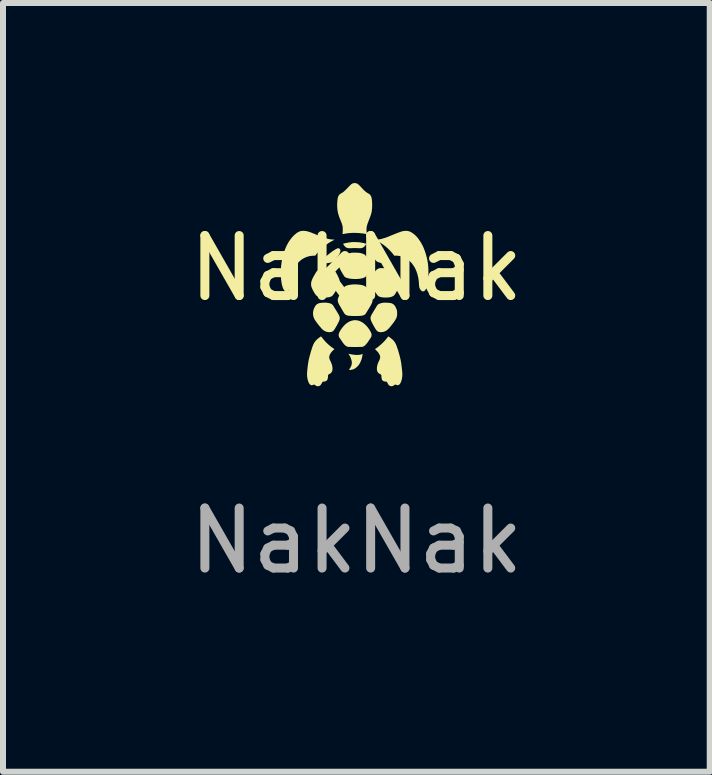
<source format=kicad_pcb>
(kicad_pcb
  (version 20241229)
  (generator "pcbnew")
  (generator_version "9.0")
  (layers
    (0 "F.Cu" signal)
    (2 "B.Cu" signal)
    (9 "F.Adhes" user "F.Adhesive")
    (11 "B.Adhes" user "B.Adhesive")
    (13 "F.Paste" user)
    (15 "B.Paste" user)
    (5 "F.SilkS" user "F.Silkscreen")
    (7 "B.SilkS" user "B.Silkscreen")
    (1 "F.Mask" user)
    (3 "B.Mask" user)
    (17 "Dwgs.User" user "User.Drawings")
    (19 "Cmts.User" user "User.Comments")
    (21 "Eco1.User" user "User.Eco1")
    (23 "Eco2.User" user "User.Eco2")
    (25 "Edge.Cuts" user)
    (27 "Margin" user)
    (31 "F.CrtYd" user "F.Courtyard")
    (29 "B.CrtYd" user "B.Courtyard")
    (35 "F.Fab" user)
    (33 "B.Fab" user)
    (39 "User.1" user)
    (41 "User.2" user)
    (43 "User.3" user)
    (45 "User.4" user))
  (footprint "NakNak"
    (layer "F.Cu")
    (at 2.887 1.919)
    (property "Reference" "NakNak" (at 0 -0.5 0) (unlocked yes) (layer "F.SilkS") (effects (font (size 1 1) (thickness 0.15))))
    (attr smd)
    (fp_poly (pts (xy -0.025 -0.936) (xy -0.008 -0.935) (xy 0.009 -0.935) (xy 0.025 -0.934) (xy 0.04 -0.933) (xy 0.052 -0.932) (xy 0.06 -0.931) (xy 0.07 -0.929) (xy 0.089 -0.926) (xy 0.107 -0.922) (xy 0.125 -0.919) (xy 0.14 -0.915) (xy 0.147 -0.913) (xy 0.153 -0.912) (xy 0.157 -0.91) (xy 0.161 -0.909) (xy 0.163 -0.907) (xy 0.164 -0.907) (xy 0.164 -0.906) (xy 0.164 -0.906) (xy 0.164 -0.905) (xy 0.163 -0.904) (xy 0.162 -0.901) (xy 0.161 -0.899) (xy 0.159 -0.896) (xy 0.157 -0.893) (xy 0.153 -0.887) (xy 0.148 -0.88) (xy 0.143 -0.873) (xy 0.141 -0.87) (xy 0.139 -0.867) (xy 0.136 -0.865) (xy 0.134 -0.863) (xy 0.132 -0.86) (xy 0.129 -0.858) (xy 0.127 -0.856) (xy 0.124 -0.853) (xy 0.121 -0.851) (xy 0.119 -0.85) (xy 0.116 -0.848) (xy 0.113 -0.846) (xy 0.11 -0.845) (xy 0.107 -0.843) (xy 0.104 -0.842) (xy 0.101 -0.84) (xy 0.097 -0.839) (xy 0.094 -0.838) (xy 0.091 -0.837) (xy 0.087 -0.836) (xy 0.083 -0.835) (xy 0.079 -0.834) (xy 0.074 -0.834) (xy 0.069 -0.834) (xy 0.062 -0.834) (xy 0.054 -0.834) (xy 0.044 -0.834) (xy 0.032 -0.834) (xy -0.002 -0.836) (xy -0.016 -0.836) (xy -0.028 -0.836) (xy -0.041 -0.836) (xy -0.054 -0.836) (xy -0.086 -0.834) (xy -0.102 -0.834) (xy -0.109 -0.834) (xy -0.115 -0.834) (xy -0.121 -0.834) (xy -0.126 -0.834) (xy -0.131 -0.834) (xy -0.135 -0.835) (xy -0.14 -0.835) (xy -0.143 -0.836) (xy -0.147 -0.837) (xy -0.151 -0.838) (xy -0.155 -0.839) (xy -0.158 -0.841) (xy -0.162 -0.843) (xy -0.166 -0.844) (xy -0.168 -0.845) (xy -0.169 -0.846) (xy -0.171 -0.847) (xy -0.173 -0.848) (xy -0.174 -0.849) (xy -0.176 -0.85) (xy -0.178 -0.851) (xy -0.179 -0.853) (xy -0.181 -0.854) (xy -0.182 -0.855) (xy -0.184 -0.857) (xy -0.186 -0.858) (xy -0.187 -0.86) (xy -0.189 -0.861) (xy -0.191 -0.863) (xy -0.192 -0.865) (xy -0.195 -0.868) (xy -0.197 -0.871) (xy -0.2 -0.874) (xy -0.202 -0.877) (xy -0.205 -0.881) (xy -0.207 -0.884) (xy -0.21 -0.888) (xy -0.212 -0.891) (xy -0.214 -0.894) (xy -0.216 -0.897) (xy -0.217 -0.9) (xy -0.218 -0.903) (xy -0.219 -0.905) (xy -0.22 -0.906) (xy -0.22 -0.907) (xy -0.22 -0.908) (xy -0.22 -0.908) (xy -0.219 -0.908) (xy -0.219 -0.909) (xy -0.217 -0.909) (xy -0.211 -0.911) (xy -0.203 -0.913) (xy -0.194 -0.916) (xy -0.179 -0.919) (xy -0.165 -0.922) (xy -0.15 -0.925) (xy -0.135 -0.928) (xy -0.119 -0.93) (xy -0.102 -0.932) (xy -0.083 -0.934) (xy -0.064 -0.936) (xy -0.054 -0.936) (xy -0.041 -0.936)) (stroke (width 0) (type solid)) (fill yes) (layer "F.SilkS"))
    (fp_poly (pts (xy 0.264 -0.833) (xy 0.266 -0.833) (xy 0.269 -0.832) (xy 0.272 -0.832) (xy 0.275 -0.831) (xy 0.278 -0.829) (xy 0.281 -0.828) (xy 0.284 -0.826) (xy 0.288 -0.825) (xy 0.292 -0.823) (xy 0.306 -0.815) (xy 0.322 -0.805) (xy 0.339 -0.794) (xy 0.356 -0.782) (xy 0.375 -0.769) (xy 0.393 -0.755) (xy 0.411 -0.741) (xy 0.429 -0.727) (xy 0.447 -0.713) (xy 0.463 -0.699) (xy 0.477 -0.686) (xy 0.49 -0.674) (xy 0.501 -0.663) (xy 0.51 -0.653) (xy 0.516 -0.645) (xy 0.518 -0.642) (xy 0.519 -0.639) (xy 0.52 -0.636) (xy 0.521 -0.632) (xy 0.521 -0.629) (xy 0.521 -0.625) (xy 0.521 -0.622) (xy 0.521 -0.619) (xy 0.521 -0.615) (xy 0.52 -0.612) (xy 0.52 -0.611) (xy 0.519 -0.609) (xy 0.519 -0.608) (xy 0.518 -0.606) (xy 0.517 -0.605) (xy 0.517 -0.603) (xy 0.516 -0.602) (xy 0.515 -0.601) (xy 0.514 -0.599) (xy 0.513 -0.598) (xy 0.512 -0.597) (xy 0.511 -0.596) (xy 0.51 -0.595) (xy 0.509 -0.593) (xy 0.508 -0.592) (xy 0.507 -0.591) (xy 0.505 -0.59) (xy 0.503 -0.588) (xy 0.501 -0.587) (xy 0.499 -0.586) (xy 0.497 -0.585) (xy 0.495 -0.584) (xy 0.492 -0.584) (xy 0.49 -0.583) (xy 0.487 -0.583) (xy 0.484 -0.582) (xy 0.48 -0.582) (xy 0.477 -0.582) (xy 0.473 -0.582) (xy 0.469 -0.583) (xy 0.459 -0.583) (xy 0.447 -0.585) (xy 0.436 -0.586) (xy 0.426 -0.587) (xy 0.416 -0.589) (xy 0.407 -0.59) (xy 0.398 -0.592) (xy 0.39 -0.594) (xy 0.382 -0.596) (xy 0.375 -0.598) (xy 0.368 -0.601) (xy 0.361 -0.603) (xy 0.355 -0.606) (xy 0.349 -0.609) (xy 0.344 -0.612) (xy 0.339 -0.615) (xy 0.335 -0.618) (xy 0.331 -0.622) (xy 0.324 -0.63) (xy 0.315 -0.64) (xy 0.306 -0.651) (xy 0.295 -0.663) (xy 0.285 -0.675) (xy 0.276 -0.686) (xy 0.269 -0.695) (xy 0.263 -0.704) (xy 0.257 -0.712) (xy 0.252 -0.721) (xy 0.247 -0.729) (xy 0.242 -0.737) (xy 0.238 -0.745) (xy 0.235 -0.753) (xy 0.232 -0.76) (xy 0.23 -0.768) (xy 0.228 -0.775) (xy 0.226 -0.781) (xy 0.225 -0.788) (xy 0.225 -0.794) (xy 0.225 -0.797) (xy 0.225 -0.799) (xy 0.226 -0.802) (xy 0.226 -0.805) (xy 0.227 -0.807) (xy 0.228 -0.809) (xy 0.228 -0.811) (xy 0.229 -0.812) (xy 0.23 -0.814) (xy 0.231 -0.815) (xy 0.232 -0.817) (xy 0.233 -0.818) (xy 0.234 -0.82) (xy 0.236 -0.821) (xy 0.237 -0.823) (xy 0.239 -0.824) (xy 0.24 -0.825) (xy 0.241 -0.827) (xy 0.243 -0.828) (xy 0.244 -0.829) (xy 0.246 -0.83) (xy 0.247 -0.83) (xy 0.25 -0.831) (xy 0.252 -0.832) (xy 0.254 -0.833) (xy 0.257 -0.833) (xy 0.259 -0.833) (xy 0.261 -0.833)) (stroke (width 0) (type solid)) (fill yes) (layer "F.SilkS"))
    (fp_poly (pts (xy -0.299 -0.833) (xy -0.297 -0.833) (xy -0.295 -0.833) (xy -0.293 -0.832) (xy -0.292 -0.832) (xy -0.29 -0.831) (xy -0.288 -0.83) (xy -0.286 -0.83) (xy -0.285 -0.829) (xy -0.283 -0.828) (xy -0.282 -0.827) (xy -0.28 -0.825) (xy -0.279 -0.824) (xy -0.277 -0.822) (xy -0.276 -0.821) (xy -0.275 -0.819) (xy -0.273 -0.818) (xy -0.272 -0.816) (xy -0.271 -0.814) (xy -0.27 -0.812) (xy -0.269 -0.81) (xy -0.268 -0.808) (xy -0.267 -0.803) (xy -0.266 -0.799) (xy -0.266 -0.794) (xy -0.266 -0.788) (xy -0.267 -0.782) (xy -0.268 -0.776) (xy -0.27 -0.77) (xy -0.272 -0.763) (xy -0.274 -0.757) (xy -0.277 -0.75) (xy -0.28 -0.743) (xy -0.283 -0.736) (xy -0.287 -0.729) (xy -0.291 -0.722) (xy -0.296 -0.715) (xy -0.299 -0.71) (xy -0.304 -0.704) (xy -0.314 -0.69) (xy -0.327 -0.675) (xy -0.339 -0.66) (xy -0.352 -0.645) (xy -0.363 -0.632) (xy -0.372 -0.622) (xy -0.376 -0.619) (xy -0.379 -0.616) (xy -0.383 -0.613) (xy -0.388 -0.61) (xy -0.393 -0.607) (xy -0.399 -0.605) (xy -0.405 -0.602) (xy -0.411 -0.6) (xy -0.418 -0.598) (xy -0.425 -0.596) (xy -0.433 -0.594) (xy -0.441 -0.592) (xy -0.449 -0.59) (xy -0.458 -0.589) (xy -0.478 -0.586) (xy -0.499 -0.583) (xy -0.505 -0.583) (xy -0.509 -0.583) (xy -0.514 -0.582) (xy -0.518 -0.582) (xy -0.521 -0.582) (xy -0.525 -0.583) (xy -0.528 -0.583) (xy -0.529 -0.583) (xy -0.531 -0.583) (xy -0.532 -0.584) (xy -0.533 -0.584) (xy -0.535 -0.584) (xy -0.536 -0.585) (xy -0.537 -0.585) (xy -0.538 -0.585) (xy -0.539 -0.586) (xy -0.54 -0.586) (xy -0.541 -0.587) (xy -0.542 -0.588) (xy -0.543 -0.588) (xy -0.545 -0.589) (xy -0.547 -0.591) (xy -0.549 -0.593) (xy -0.551 -0.594) (xy -0.552 -0.596) (xy -0.554 -0.597) (xy -0.555 -0.599) (xy -0.556 -0.601) (xy -0.557 -0.603) (xy -0.558 -0.604) (xy -0.559 -0.606) (xy -0.56 -0.608) (xy -0.56 -0.61) (xy -0.561 -0.612) (xy -0.561 -0.614) (xy -0.562 -0.617) (xy -0.562 -0.619) (xy -0.562 -0.622) (xy -0.562 -0.624) (xy -0.562 -0.627) (xy -0.562 -0.63) (xy -0.561 -0.633) (xy -0.561 -0.636) (xy -0.56 -0.638) (xy -0.559 -0.641) (xy -0.558 -0.643) (xy -0.557 -0.646) (xy -0.555 -0.649) (xy -0.553 -0.651) (xy -0.551 -0.654) (xy -0.548 -0.657) (xy -0.545 -0.661) (xy -0.542 -0.664) (xy -0.538 -0.667) (xy -0.534 -0.671) (xy -0.523 -0.682) (xy -0.511 -0.693) (xy -0.485 -0.715) (xy -0.458 -0.737) (xy -0.43 -0.759) (xy -0.402 -0.779) (xy -0.375 -0.798) (xy -0.362 -0.806) (xy -0.35 -0.813) (xy -0.339 -0.82) (xy -0.328 -0.826) (xy -0.326 -0.827) (xy -0.323 -0.828) (xy -0.321 -0.829) (xy -0.318 -0.83) (xy -0.316 -0.831) (xy -0.314 -0.831) (xy -0.312 -0.832) (xy -0.31 -0.832) (xy -0.307 -0.833) (xy -0.305 -0.833) (xy -0.303 -0.833) (xy -0.301 -0.833)) (stroke (width 0) (type solid)) (fill yes) (layer "F.SilkS"))
    (fp_poly (pts (xy -0.515 0.073) (xy -0.502 0.074) (xy -0.489 0.075) (xy -0.476 0.077) (xy -0.465 0.079) (xy -0.454 0.081) (xy -0.443 0.084) (xy -0.433 0.087) (xy -0.424 0.091) (xy -0.416 0.095) (xy -0.409 0.1) (xy -0.405 0.102) (xy -0.402 0.104) (xy -0.399 0.107) (xy -0.396 0.11) (xy -0.395 0.111) (xy -0.394 0.112) (xy -0.392 0.115) (xy -0.389 0.118) (xy -0.387 0.122) (xy -0.384 0.126) (xy -0.381 0.13) (xy -0.378 0.134) (xy -0.376 0.138) (xy -0.37 0.149) (xy -0.362 0.162) (xy -0.343 0.192) (xy -0.326 0.22) (xy -0.313 0.242) (xy -0.307 0.251) (xy -0.302 0.26) (xy -0.298 0.267) (xy -0.294 0.274) (xy -0.291 0.28) (xy -0.289 0.285) (xy -0.286 0.29) (xy -0.284 0.295) (xy -0.283 0.299) (xy -0.282 0.303) (xy -0.28 0.307) (xy -0.279 0.311) (xy -0.278 0.318) (xy -0.277 0.324) (xy -0.277 0.331) (xy -0.277 0.338) (xy -0.278 0.346) (xy -0.28 0.354) (xy -0.282 0.362) (xy -0.285 0.371) (xy -0.289 0.381) (xy -0.294 0.392) (xy -0.3 0.404) (xy -0.306 0.417) (xy -0.322 0.446) (xy -0.342 0.481) (xy -0.349 0.493) (xy -0.355 0.504) (xy -0.361 0.513) (xy -0.367 0.521) (xy -0.372 0.529) (xy -0.377 0.535) (xy -0.38 0.538) (xy -0.382 0.541) (xy -0.385 0.543) (xy -0.387 0.545) (xy -0.39 0.548) (xy -0.392 0.55) (xy -0.395 0.551) (xy -0.398 0.553) (xy -0.4 0.554) (xy -0.403 0.556) (xy -0.406 0.557) (xy -0.409 0.558) (xy -0.412 0.559) (xy -0.415 0.56) (xy -0.421 0.562) (xy -0.428 0.563) (xy -0.436 0.564) (xy -0.443 0.564) (xy -0.451 0.565) (xy -0.459 0.565) (xy -0.467 0.564) (xy -0.474 0.563) (xy -0.482 0.562) (xy -0.49 0.56) (xy -0.497 0.558) (xy -0.505 0.555) (xy -0.512 0.553) (xy -0.52 0.549) (xy -0.527 0.546) (xy -0.534 0.542) (xy -0.541 0.537) (xy -0.549 0.532) (xy -0.556 0.527) (xy -0.561 0.522) (xy -0.568 0.516) (xy -0.576 0.508) (xy -0.584 0.499) (xy -0.602 0.478) (xy -0.622 0.454) (xy -0.642 0.429) (xy -0.661 0.404) (xy -0.678 0.38) (xy -0.685 0.369) (xy -0.692 0.359) (xy -0.698 0.348) (xy -0.704 0.337) (xy -0.708 0.325) (xy -0.713 0.313) (xy -0.716 0.302) (xy -0.719 0.29) (xy -0.72 0.277) (xy -0.722 0.265) (xy -0.722 0.253) (xy -0.722 0.241) (xy -0.721 0.228) (xy -0.719 0.216) (xy -0.716 0.204) (xy -0.713 0.191) (xy -0.709 0.179) (xy -0.704 0.167) (xy -0.699 0.155) (xy -0.693 0.144) (xy -0.688 0.135) (xy -0.682 0.126) (xy -0.676 0.118) (xy -0.67 0.111) (xy -0.667 0.107) (xy -0.663 0.104) (xy -0.66 0.102) (xy -0.656 0.099) (xy -0.652 0.096) (xy -0.648 0.094) (xy -0.644 0.092) (xy -0.64 0.09) (xy -0.631 0.086) (xy -0.621 0.083) (xy -0.611 0.08) (xy -0.599 0.078) (xy -0.587 0.076) (xy -0.574 0.075) (xy -0.558 0.074) (xy -0.544 0.073) (xy -0.529 0.073)) (stroke (width 0) (type solid)) (fill yes) (layer "F.SilkS"))
    (fp_poly (pts (xy -0.132 0.924) (xy -0.132 0.924) (xy -0.131 0.924) (xy -0.131 0.924) (xy -0.131 0.924) (xy -0.13 0.924) (xy -0.129 0.924) (xy -0.119 0.927) (xy -0.107 0.93) (xy -0.093 0.933) (xy -0.078 0.935) (xy -0.063 0.938) (xy -0.047 0.94) (xy -0.031 0.942) (xy -0.016 0.943) (xy -0.008 0.944) (xy 0.001 0.944) (xy 0.009 0.944) (xy 0.017 0.944) (xy 0.025 0.944) (xy 0.033 0.944) (xy 0.041 0.943) (xy 0.048 0.942) (xy 0.055 0.941) (xy 0.062 0.94) (xy 0.069 0.939) (xy 0.076 0.937) (xy 0.083 0.935) (xy 0.089 0.933) (xy 0.095 0.931) (xy 0.101 0.929) (xy 0.102 0.929) (xy 0.102 0.928) (xy 0.103 0.928) (xy 0.103 0.928) (xy 0.103 0.928) (xy 0.104 0.928) (xy 0.104 0.928) (xy 0.104 0.928) (xy 0.104 0.928) (xy 0.104 0.929) (xy 0.104 0.929) (xy 0.104 0.929) (xy 0.104 0.929) (xy 0.104 0.93) (xy 0.104 0.931) (xy 0.104 0.932) (xy 0.104 0.933) (xy 0.104 0.934) (xy 0.104 0.938) (xy 0.101 0.953) (xy 0.098 0.969) (xy 0.095 0.983) (xy 0.092 0.998) (xy 0.088 1.012) (xy 0.083 1.025) (xy 0.078 1.038) (xy 0.073 1.051) (xy 0.068 1.063) (xy 0.062 1.075) (xy 0.056 1.086) (xy 0.049 1.097) (xy 0.042 1.107) (xy 0.035 1.117) (xy 0.027 1.126) (xy 0.019 1.135) (xy 0.013 1.141) (xy 0.006 1.147) (xy -0.001 1.153) (xy -0.008 1.159) (xy -0.015 1.164) (xy -0.022 1.168) (xy -0.029 1.173) (xy -0.036 1.176) (xy -0.044 1.18) (xy -0.051 1.183) (xy -0.059 1.186) (xy -0.067 1.188) (xy -0.075 1.19) (xy -0.083 1.192) (xy -0.091 1.193) (xy -0.099 1.194) (xy -0.103 1.194) (xy -0.107 1.194) (xy -0.111 1.194) (xy -0.114 1.194) (xy -0.115 1.194) (xy -0.116 1.194) (xy -0.117 1.194) (xy -0.118 1.193) (xy -0.118 1.193) (xy -0.119 1.193) (xy -0.119 1.192) (xy -0.12 1.192) (xy -0.12 1.191) (xy -0.12 1.19) (xy -0.12 1.189) (xy -0.12 1.189) (xy -0.12 1.188) (xy -0.119 1.186) (xy -0.119 1.185) (xy -0.118 1.184) (xy -0.117 1.181) (xy -0.115 1.178) (xy -0.112 1.174) (xy -0.11 1.17) (xy -0.106 1.164) (xy -0.102 1.158) (xy -0.099 1.153) (xy -0.096 1.148) (xy -0.093 1.142) (xy -0.091 1.137) (xy -0.088 1.132) (xy -0.086 1.127) (xy -0.084 1.123) (xy -0.083 1.118) (xy -0.081 1.113) (xy -0.08 1.108) (xy -0.079 1.103) (xy -0.078 1.097) (xy -0.077 1.092) (xy -0.076 1.087) (xy -0.076 1.079) (xy -0.076 1.07) (xy -0.076 1.062) (xy -0.077 1.053) (xy -0.079 1.043) (xy -0.081 1.034) (xy -0.084 1.024) (xy -0.087 1.014) (xy -0.091 1.004) (xy -0.095 0.993) (xy -0.099 0.983) (xy -0.104 0.972) (xy -0.11 0.961) (xy -0.116 0.951) (xy -0.122 0.94) (xy -0.129 0.929) (xy -0.131 0.927) (xy -0.131 0.926) (xy -0.132 0.926) (xy -0.132 0.925) (xy -0.132 0.925) (xy -0.132 0.925) (xy -0.132 0.924) (xy -0.132 0.924) (xy -0.132 0.924) (xy -0.132 0.924) (xy -0.132 0.924) (xy -0.132 0.924) (xy -0.132 0.924) (xy -0.132 0.924) (xy -0.132 0.924) (xy -0.132 0.924)) (stroke (width 0) (type solid)) (fill yes) (layer "F.SilkS"))
    (fp_poly (pts (xy -0.011 -0.231) (xy 0.005 -0.23) (xy 0.022 -0.229) (xy 0.037 -0.228) (xy 0.053 -0.226) (xy 0.067 -0.224) (xy 0.082 -0.222) (xy 0.095 -0.219) (xy 0.107 -0.216) (xy 0.118 -0.212) (xy 0.129 -0.208) (xy 0.138 -0.204) (xy 0.146 -0.2) (xy 0.149 -0.198) (xy 0.152 -0.195) (xy 0.155 -0.193) (xy 0.158 -0.19) (xy 0.164 -0.182) (xy 0.175 -0.164) (xy 0.205 -0.114) (xy 0.235 -0.06) (xy 0.247 -0.039) (xy 0.254 -0.025) (xy 0.256 -0.021) (xy 0.257 -0.017) (xy 0.259 -0.013) (xy 0.26 -0.01) (xy 0.262 -0.006) (xy 0.263 -0.002) (xy 0.264 0.002) (xy 0.265 0.006) (xy 0.266 0.01) (xy 0.267 0.013) (xy 0.268 0.017) (xy 0.269 0.021) (xy 0.269 0.024) (xy 0.269 0.027) (xy 0.27 0.03) (xy 0.27 0.032) (xy 0.27 0.036) (xy 0.269 0.039) (xy 0.269 0.042) (xy 0.268 0.046) (xy 0.268 0.05) (xy 0.267 0.054) (xy 0.266 0.058) (xy 0.264 0.062) (xy 0.263 0.066) (xy 0.262 0.071) (xy 0.259 0.079) (xy 0.255 0.088) (xy 0.253 0.093) (xy 0.251 0.097) (xy 0.242 0.113) (xy 0.23 0.135) (xy 0.215 0.161) (xy 0.198 0.188) (xy 0.182 0.214) (xy 0.168 0.237) (xy 0.157 0.254) (xy 0.153 0.26) (xy 0.151 0.263) (xy 0.146 0.268) (xy 0.14 0.272) (xy 0.135 0.276) (xy 0.129 0.279) (xy 0.122 0.282) (xy 0.115 0.285) (xy 0.107 0.287) (xy 0.098 0.289) (xy 0.088 0.291) (xy 0.077 0.292) (xy 0.065 0.293) (xy 0.051 0.294) (xy 0.019 0.295) (xy -0.02 0.296) (xy -0.045 0.295) (xy -0.067 0.295) (xy -0.087 0.294) (xy -0.104 0.293) (xy -0.12 0.292) (xy -0.127 0.291) (xy -0.133 0.291) (xy -0.138 0.29) (xy -0.144 0.289) (xy -0.148 0.288) (xy -0.152 0.286) (xy -0.155 0.285) (xy -0.158 0.284) (xy -0.161 0.283) (xy -0.165 0.281) (xy -0.168 0.28) (xy -0.171 0.278) (xy -0.174 0.276) (xy -0.177 0.275) (xy -0.18 0.273) (xy -0.183 0.271) (xy -0.186 0.269) (xy -0.188 0.267) (xy -0.19 0.264) (xy -0.193 0.262) (xy -0.195 0.26) (xy -0.196 0.259) (xy -0.203 0.249) (xy -0.214 0.231) (xy -0.244 0.18) (xy -0.274 0.128) (xy -0.286 0.108) (xy -0.292 0.095) (xy -0.298 0.084) (xy -0.302 0.073) (xy -0.305 0.063) (xy -0.308 0.053) (xy -0.31 0.044) (xy -0.31 0.035) (xy -0.31 0.025) (xy -0.308 0.015) (xy -0.306 0.005) (xy -0.302 -0.006) (xy -0.298 -0.018) (xy -0.292 -0.031) (xy -0.285 -0.045) (xy -0.276 -0.061) (xy -0.267 -0.078) (xy -0.256 -0.096) (xy -0.234 -0.133) (xy -0.218 -0.161) (xy -0.215 -0.166) (xy -0.212 -0.17) (xy -0.21 -0.174) (xy -0.207 -0.178) (xy -0.205 -0.181) (xy -0.203 -0.184) (xy -0.201 -0.187) (xy -0.199 -0.189) (xy -0.197 -0.191) (xy -0.195 -0.193) (xy -0.193 -0.195) (xy -0.191 -0.197) (xy -0.189 -0.199) (xy -0.186 -0.2) (xy -0.184 -0.202) (xy -0.182 -0.203) (xy -0.176 -0.206) (xy -0.17 -0.208) (xy -0.164 -0.211) (xy -0.157 -0.213) (xy -0.149 -0.215) (xy -0.141 -0.218) (xy -0.124 -0.221) (xy -0.106 -0.225) (xy -0.086 -0.227) (xy -0.066 -0.229) (xy -0.046 -0.231) (xy -0.028 -0.231)) (stroke (width 0) (type solid)) (fill yes) (layer "F.SilkS"))
    (fp_poly (pts (xy -0.009 -0.76) (xy 0.008 -0.759) (xy 0.025 -0.759) (xy 0.04 -0.757) (xy 0.051 -0.756) (xy 0.059 -0.755) (xy 0.066 -0.753) (xy 0.073 -0.752) (xy 0.08 -0.75) (xy 0.087 -0.748) (xy 0.093 -0.746) (xy 0.1 -0.744) (xy 0.106 -0.742) (xy 0.112 -0.74) (xy 0.117 -0.738) (xy 0.123 -0.735) (xy 0.128 -0.733) (xy 0.132 -0.73) (xy 0.136 -0.728) (xy 0.14 -0.725) (xy 0.143 -0.723) (xy 0.145 -0.721) (xy 0.147 -0.719) (xy 0.153 -0.712) (xy 0.161 -0.703) (xy 0.169 -0.692) (xy 0.182 -0.676) (xy 0.194 -0.662) (xy 0.204 -0.648) (xy 0.214 -0.635) (xy 0.222 -0.623) (xy 0.229 -0.612) (xy 0.234 -0.602) (xy 0.237 -0.597) (xy 0.239 -0.592) (xy 0.241 -0.587) (xy 0.243 -0.583) (xy 0.245 -0.578) (xy 0.246 -0.574) (xy 0.247 -0.57) (xy 0.248 -0.565) (xy 0.249 -0.561) (xy 0.249 -0.557) (xy 0.25 -0.553) (xy 0.25 -0.549) (xy 0.25 -0.545) (xy 0.25 -0.541) (xy 0.249 -0.537) (xy 0.248 -0.533) (xy 0.247 -0.525) (xy 0.244 -0.517) (xy 0.241 -0.508) (xy 0.236 -0.498) (xy 0.231 -0.486) (xy 0.224 -0.472) (xy 0.215 -0.456) (xy 0.204 -0.437) (xy 0.19 -0.414) (xy 0.18 -0.397) (xy 0.176 -0.39) (xy 0.172 -0.384) (xy 0.169 -0.378) (xy 0.166 -0.374) (xy 0.163 -0.37) (xy 0.162 -0.368) (xy 0.161 -0.367) (xy 0.16 -0.365) (xy 0.159 -0.364) (xy 0.158 -0.363) (xy 0.157 -0.362) (xy 0.156 -0.361) (xy 0.155 -0.36) (xy 0.155 -0.359) (xy 0.154 -0.358) (xy 0.153 -0.357) (xy 0.152 -0.357) (xy 0.151 -0.356) (xy 0.15 -0.355) (xy 0.148 -0.354) (xy 0.146 -0.352) (xy 0.139 -0.348) (xy 0.131 -0.345) (xy 0.114 -0.338) (xy 0.094 -0.332) (xy 0.071 -0.328) (xy 0.047 -0.324) (xy 0.022 -0.322) (xy -0.004 -0.321) (xy -0.031 -0.321) (xy -0.057 -0.322) (xy -0.082 -0.324) (xy -0.107 -0.327) (xy -0.129 -0.331) (xy -0.15 -0.337) (xy -0.168 -0.343) (xy -0.176 -0.346) (xy -0.184 -0.35) (xy -0.19 -0.354) (xy -0.195 -0.358) (xy -0.197 -0.361) (xy -0.2 -0.365) (xy -0.209 -0.378) (xy -0.22 -0.395) (xy -0.232 -0.416) (xy -0.245 -0.437) (xy -0.257 -0.458) (xy -0.267 -0.477) (xy -0.274 -0.491) (xy -0.28 -0.503) (xy -0.284 -0.514) (xy -0.288 -0.525) (xy -0.29 -0.535) (xy -0.29 -0.54) (xy -0.291 -0.545) (xy -0.291 -0.549) (xy -0.291 -0.554) (xy -0.29 -0.559) (xy -0.29 -0.564) (xy -0.289 -0.569) (xy -0.287 -0.575) (xy -0.285 -0.58) (xy -0.283 -0.585) (xy -0.278 -0.597) (xy -0.271 -0.609) (xy -0.263 -0.622) (xy -0.254 -0.636) (xy -0.243 -0.651) (xy -0.23 -0.667) (xy -0.215 -0.686) (xy -0.21 -0.693) (xy -0.205 -0.699) (xy -0.2 -0.705) (xy -0.195 -0.71) (xy -0.191 -0.714) (xy -0.188 -0.718) (xy -0.184 -0.722) (xy -0.18 -0.725) (xy -0.177 -0.728) (xy -0.173 -0.73) (xy -0.169 -0.733) (xy -0.165 -0.735) (xy -0.161 -0.737) (xy -0.157 -0.739) (xy -0.152 -0.74) (xy -0.147 -0.742) (xy -0.139 -0.745) (xy -0.131 -0.747) (xy -0.121 -0.75) (xy -0.111 -0.752) (xy -0.101 -0.754) (xy -0.09 -0.756) (xy -0.079 -0.758) (xy -0.069 -0.759) (xy -0.058 -0.76) (xy -0.043 -0.76) (xy -0.027 -0.76)) (stroke (width 0) (type solid)) (fill yes) (layer "F.SilkS"))
    (fp_poly (pts (xy -0.461 -0.503) (xy -0.451 -0.502) (xy -0.441 -0.502) (xy -0.434 -0.502) (xy -0.431 -0.501) (xy -0.429 -0.501) (xy -0.425 -0.5) (xy -0.421 -0.499) (xy -0.418 -0.498) (xy -0.414 -0.497) (xy -0.41 -0.495) (xy -0.406 -0.494) (xy -0.403 -0.492) (xy -0.399 -0.49) (xy -0.395 -0.488) (xy -0.392 -0.485) (xy -0.388 -0.483) (xy -0.384 -0.48) (xy -0.381 -0.477) (xy -0.378 -0.475) (xy -0.374 -0.472) (xy -0.371 -0.469) (xy -0.366 -0.464) (xy -0.362 -0.458) (xy -0.357 -0.453) (xy -0.352 -0.447) (xy -0.348 -0.441) (xy -0.343 -0.434) (xy -0.339 -0.427) (xy -0.334 -0.419) (xy -0.325 -0.403) (xy -0.315 -0.384) (xy -0.305 -0.362) (xy -0.294 -0.338) (xy -0.29 -0.329) (xy -0.287 -0.322) (xy -0.286 -0.319) (xy -0.285 -0.316) (xy -0.284 -0.313) (xy -0.284 -0.311) (xy -0.283 -0.308) (xy -0.282 -0.306) (xy -0.282 -0.304) (xy -0.282 -0.302) (xy -0.282 -0.299) (xy -0.281 -0.296) (xy -0.281 -0.291) (xy -0.281 -0.285) (xy -0.281 -0.279) (xy -0.281 -0.272) (xy -0.282 -0.266) (xy -0.283 -0.26) (xy -0.284 -0.254) (xy -0.285 -0.247) (xy -0.287 -0.241) (xy -0.289 -0.234) (xy -0.291 -0.227) (xy -0.294 -0.219) (xy -0.297 -0.212) (xy -0.3 -0.204) (xy -0.303 -0.196) (xy -0.311 -0.179) (xy -0.316 -0.171) (xy -0.32 -0.162) (xy -0.331 -0.142) (xy -0.343 -0.123) (xy -0.355 -0.103) (xy -0.367 -0.085) (xy -0.378 -0.069) (xy -0.383 -0.062) (xy -0.388 -0.055) (xy -0.393 -0.05) (xy -0.397 -0.045) (xy -0.401 -0.041) (xy -0.406 -0.037) (xy -0.411 -0.034) (xy -0.417 -0.03) (xy -0.423 -0.027) (xy -0.43 -0.025) (xy -0.438 -0.022) (xy -0.446 -0.02) (xy -0.454 -0.018) (xy -0.463 -0.016) (xy -0.473 -0.015) (xy -0.484 -0.014) (xy -0.495 -0.013) (xy -0.506 -0.012) (xy -0.519 -0.012) (xy -0.531 -0.012) (xy -0.544 -0.012) (xy -0.556 -0.013) (xy -0.568 -0.013) (xy -0.579 -0.014) (xy -0.589 -0.016) (xy -0.6 -0.018) (xy -0.609 -0.02) (xy -0.618 -0.022) (xy -0.627 -0.024) (xy -0.635 -0.027) (xy -0.642 -0.031) (xy -0.649 -0.034) (xy -0.656 -0.038) (xy -0.662 -0.042) (xy -0.668 -0.047) (xy -0.673 -0.052) (xy -0.676 -0.055) (xy -0.679 -0.06) (xy -0.687 -0.072) (xy -0.697 -0.086) (xy -0.707 -0.103) (xy -0.717 -0.121) (xy -0.726 -0.139) (xy -0.734 -0.155) (xy -0.741 -0.17) (xy -0.745 -0.181) (xy -0.748 -0.191) (xy -0.751 -0.201) (xy -0.753 -0.211) (xy -0.754 -0.221) (xy -0.755 -0.231) (xy -0.754 -0.241) (xy -0.754 -0.252) (xy -0.752 -0.262) (xy -0.75 -0.273) (xy -0.748 -0.284) (xy -0.744 -0.295) (xy -0.74 -0.306) (xy -0.735 -0.318) (xy -0.729 -0.33) (xy -0.723 -0.343) (xy -0.717 -0.355) (xy -0.708 -0.37) (xy -0.699 -0.386) (xy -0.69 -0.402) (xy -0.681 -0.418) (xy -0.672 -0.432) (xy -0.665 -0.442) (xy -0.66 -0.449) (xy -0.656 -0.454) (xy -0.651 -0.459) (xy -0.645 -0.464) (xy -0.638 -0.468) (xy -0.63 -0.472) (xy -0.622 -0.476) (xy -0.613 -0.48) (xy -0.603 -0.484) (xy -0.592 -0.487) (xy -0.581 -0.49) (xy -0.569 -0.492) (xy -0.557 -0.495) (xy -0.544 -0.497) (xy -0.531 -0.499) (xy -0.517 -0.5) (xy -0.503 -0.502) (xy -0.493 -0.502) (xy -0.483 -0.502) (xy -0.472 -0.503)) (stroke (width 0) (type solid)) (fill yes) (layer "F.SilkS"))
    (fp_poly (pts (xy -0.007 0.366) (xy 0.003 0.367) (xy 0.013 0.368) (xy 0.022 0.37) (xy 0.032 0.372) (xy 0.041 0.375) (xy 0.051 0.378) (xy 0.06 0.382) (xy 0.069 0.386) (xy 0.078 0.39) (xy 0.088 0.395) (xy 0.097 0.4) (xy 0.106 0.406) (xy 0.124 0.419) (xy 0.141 0.434) (xy 0.158 0.45) (xy 0.175 0.467) (xy 0.191 0.487) (xy 0.206 0.508) (xy 0.221 0.53) (xy 0.235 0.554) (xy 0.238 0.559) (xy 0.24 0.563) (xy 0.242 0.567) (xy 0.244 0.57) (xy 0.245 0.574) (xy 0.247 0.578) (xy 0.248 0.581) (xy 0.249 0.585) (xy 0.25 0.588) (xy 0.251 0.591) (xy 0.252 0.595) (xy 0.252 0.598) (xy 0.253 0.602) (xy 0.253 0.605) (xy 0.253 0.609) (xy 0.253 0.613) (xy 0.253 0.616) (xy 0.253 0.62) (xy 0.252 0.623) (xy 0.252 0.627) (xy 0.251 0.63) (xy 0.251 0.633) (xy 0.25 0.636) (xy 0.249 0.64) (xy 0.248 0.643) (xy 0.246 0.646) (xy 0.245 0.649) (xy 0.243 0.652) (xy 0.241 0.655) (xy 0.239 0.658) (xy 0.237 0.662) (xy 0.235 0.665) (xy 0.229 0.673) (xy 0.221 0.685) (xy 0.211 0.7) (xy 0.2 0.716) (xy 0.193 0.727) (xy 0.186 0.737) (xy 0.179 0.746) (xy 0.172 0.754) (xy 0.166 0.762) (xy 0.16 0.769) (xy 0.154 0.775) (xy 0.148 0.781) (xy 0.142 0.787) (xy 0.136 0.791) (xy 0.13 0.795) (xy 0.125 0.799) (xy 0.119 0.802) (xy 0.113 0.805) (xy 0.107 0.807) (xy 0.101 0.809) (xy 0.088 0.81) (xy 0.06 0.811) (xy -0.02 0.812) (xy -0.1 0.811) (xy -0.128 0.81) (xy -0.142 0.809) (xy -0.144 0.808) (xy -0.147 0.808) (xy -0.149 0.807) (xy -0.152 0.805) (xy -0.155 0.804) (xy -0.158 0.803) (xy -0.16 0.802) (xy -0.163 0.8) (xy -0.166 0.799) (xy -0.169 0.797) (xy -0.172 0.795) (xy -0.174 0.794) (xy -0.177 0.792) (xy -0.18 0.79) (xy -0.182 0.788) (xy -0.184 0.786) (xy -0.19 0.781) (xy -0.193 0.778) (xy -0.196 0.775) (xy -0.203 0.768) (xy -0.209 0.76) (xy -0.217 0.751) (xy -0.225 0.74) (xy -0.234 0.727) (xy -0.244 0.712) (xy -0.265 0.68) (xy -0.274 0.668) (xy -0.28 0.66) (xy -0.282 0.656) (xy -0.284 0.653) (xy -0.286 0.649) (xy -0.288 0.646) (xy -0.289 0.642) (xy -0.291 0.638) (xy -0.292 0.634) (xy -0.293 0.63) (xy -0.293 0.627) (xy -0.294 0.623) (xy -0.295 0.619) (xy -0.295 0.615) (xy -0.295 0.611) (xy -0.295 0.607) (xy -0.294 0.603) (xy -0.294 0.599) (xy -0.292 0.592) (xy -0.29 0.585) (xy -0.287 0.577) (xy -0.283 0.568) (xy -0.279 0.559) (xy -0.274 0.55) (xy -0.268 0.54) (xy -0.262 0.53) (xy -0.256 0.52) (xy -0.249 0.51) (xy -0.241 0.5) (xy -0.234 0.49) (xy -0.226 0.48) (xy -0.218 0.47) (xy -0.21 0.461) (xy -0.201 0.452) (xy -0.193 0.443) (xy -0.184 0.435) (xy -0.175 0.427) (xy -0.165 0.419) (xy -0.156 0.412) (xy -0.146 0.406) (xy -0.137 0.4) (xy -0.127 0.394) (xy -0.117 0.389) (xy -0.107 0.384) (xy -0.097 0.38) (xy -0.086 0.377) (xy -0.076 0.373) (xy -0.066 0.371) (xy -0.056 0.369) (xy -0.045 0.367) (xy -0.036 0.366) (xy -0.026 0.366) (xy -0.016 0.365)) (stroke (width 0) (type solid)) (fill yes) (layer "F.SilkS"))
    (fp_poly (pts (xy 0.438 -0.502) (xy 0.455 -0.501) (xy 0.472 -0.5) (xy 0.488 -0.499) (xy 0.5 -0.498) (xy 0.51 -0.496) (xy 0.519 -0.495) (xy 0.528 -0.493) (xy 0.537 -0.491) (xy 0.545 -0.489) (xy 0.553 -0.486) (xy 0.561 -0.484) (xy 0.569 -0.481) (xy 0.576 -0.478) (xy 0.582 -0.476) (xy 0.589 -0.473) (xy 0.594 -0.469) (xy 0.6 -0.466) (xy 0.605 -0.463) (xy 0.609 -0.46) (xy 0.613 -0.456) (xy 0.615 -0.453) (xy 0.618 -0.45) (xy 0.626 -0.439) (xy 0.635 -0.424) (xy 0.646 -0.407) (xy 0.656 -0.389) (xy 0.667 -0.371) (xy 0.677 -0.353) (xy 0.685 -0.338) (xy 0.692 -0.322) (xy 0.699 -0.307) (xy 0.704 -0.292) (xy 0.708 -0.278) (xy 0.711 -0.265) (xy 0.713 -0.252) (xy 0.714 -0.245) (xy 0.714 -0.239) (xy 0.714 -0.232) (xy 0.713 -0.225) (xy 0.712 -0.212) (xy 0.709 -0.198) (xy 0.704 -0.184) (xy 0.699 -0.169) (xy 0.692 -0.153) (xy 0.684 -0.136) (xy 0.674 -0.118) (xy 0.663 -0.099) (xy 0.659 -0.092) (xy 0.655 -0.085) (xy 0.652 -0.079) (xy 0.648 -0.073) (xy 0.644 -0.068) (xy 0.641 -0.063) (xy 0.638 -0.059) (xy 0.634 -0.055) (xy 0.631 -0.052) (xy 0.628 -0.048) (xy 0.624 -0.045) (xy 0.621 -0.042) (xy 0.618 -0.04) (xy 0.614 -0.038) (xy 0.611 -0.036) (xy 0.607 -0.034) (xy 0.601 -0.031) (xy 0.596 -0.028) (xy 0.59 -0.026) (xy 0.584 -0.024) (xy 0.577 -0.022) (xy 0.571 -0.02) (xy 0.564 -0.019) (xy 0.557 -0.017) (xy 0.55 -0.016) (xy 0.542 -0.015) (xy 0.534 -0.014) (xy 0.526 -0.013) (xy 0.517 -0.013) (xy 0.509 -0.012) (xy 0.49 -0.012) (xy 0.477 -0.012) (xy 0.465 -0.012) (xy 0.453 -0.013) (xy 0.442 -0.014) (xy 0.432 -0.015) (xy 0.422 -0.017) (xy 0.413 -0.018) (xy 0.405 -0.02) (xy 0.397 -0.022) (xy 0.389 -0.025) (xy 0.382 -0.028) (xy 0.376 -0.031) (xy 0.37 -0.034) (xy 0.367 -0.036) (xy 0.365 -0.038) (xy 0.362 -0.04) (xy 0.36 -0.042) (xy 0.357 -0.044) (xy 0.355 -0.046) (xy 0.351 -0.051) (xy 0.347 -0.056) (xy 0.336 -0.071) (xy 0.324 -0.088) (xy 0.312 -0.106) (xy 0.299 -0.126) (xy 0.288 -0.146) (xy 0.278 -0.164) (xy 0.269 -0.18) (xy 0.263 -0.194) (xy 0.258 -0.206) (xy 0.256 -0.212) (xy 0.253 -0.218) (xy 0.252 -0.223) (xy 0.25 -0.228) (xy 0.248 -0.233) (xy 0.247 -0.239) (xy 0.245 -0.244) (xy 0.244 -0.249) (xy 0.243 -0.254) (xy 0.242 -0.259) (xy 0.24 -0.27) (xy 0.239 -0.274) (xy 0.239 -0.279) (xy 0.239 -0.283) (xy 0.239 -0.287) (xy 0.239 -0.291) (xy 0.239 -0.295) (xy 0.24 -0.299) (xy 0.241 -0.304) (xy 0.242 -0.308) (xy 0.244 -0.313) (xy 0.246 -0.319) (xy 0.248 -0.324) (xy 0.253 -0.338) (xy 0.26 -0.353) (xy 0.265 -0.365) (xy 0.271 -0.376) (xy 0.275 -0.386) (xy 0.28 -0.396) (xy 0.285 -0.405) (xy 0.29 -0.414) (xy 0.294 -0.422) (xy 0.299 -0.429) (xy 0.304 -0.436) (xy 0.308 -0.443) (xy 0.313 -0.449) (xy 0.317 -0.455) (xy 0.322 -0.46) (xy 0.326 -0.465) (xy 0.331 -0.47) (xy 0.336 -0.474) (xy 0.338 -0.477) (xy 0.341 -0.479) (xy 0.344 -0.481) (xy 0.347 -0.483) (xy 0.35 -0.485) (xy 0.354 -0.487) (xy 0.357 -0.489) (xy 0.36 -0.491) (xy 0.364 -0.492) (xy 0.367 -0.494) (xy 0.371 -0.496) (xy 0.374 -0.497) (xy 0.377 -0.498) (xy 0.38 -0.499) (xy 0.383 -0.5) (xy 0.386 -0.501) (xy 0.389 -0.501) (xy 0.394 -0.502) (xy 0.406 -0.502) (xy 0.421 -0.502)) (stroke (width 0) (type solid)) (fill yes) (layer "F.SilkS"))
    (fp_poly (pts (xy 0.508 0.074) (xy 0.525 0.075) (xy 0.541 0.076) (xy 0.556 0.078) (xy 0.57 0.08) (xy 0.577 0.082) (xy 0.584 0.084) (xy 0.591 0.086) (xy 0.597 0.089) (xy 0.603 0.092) (xy 0.609 0.095) (xy 0.615 0.099) (xy 0.62 0.103) (xy 0.625 0.108) (xy 0.63 0.113) (xy 0.635 0.118) (xy 0.639 0.124) (xy 0.644 0.13) (xy 0.648 0.137) (xy 0.652 0.144) (xy 0.656 0.152) (xy 0.658 0.157) (xy 0.661 0.162) (xy 0.663 0.168) (xy 0.666 0.174) (xy 0.668 0.18) (xy 0.67 0.185) (xy 0.672 0.19) (xy 0.673 0.194) (xy 0.675 0.201) (xy 0.676 0.206) (xy 0.677 0.208) (xy 0.677 0.211) (xy 0.678 0.214) (xy 0.678 0.216) (xy 0.679 0.223) (xy 0.679 0.23) (xy 0.679 0.24) (xy 0.679 0.252) (xy 0.679 0.263) (xy 0.679 0.273) (xy 0.679 0.277) (xy 0.679 0.28) (xy 0.678 0.284) (xy 0.678 0.287) (xy 0.678 0.289) (xy 0.677 0.292) (xy 0.677 0.295) (xy 0.676 0.297) (xy 0.676 0.3) (xy 0.675 0.302) (xy 0.673 0.308) (xy 0.672 0.312) (xy 0.671 0.317) (xy 0.669 0.321) (xy 0.667 0.326) (xy 0.665 0.33) (xy 0.663 0.335) (xy 0.662 0.339) (xy 0.66 0.342) (xy 0.654 0.352) (xy 0.647 0.364) (xy 0.639 0.377) (xy 0.63 0.39) (xy 0.62 0.404) (xy 0.609 0.419) (xy 0.586 0.448) (xy 0.563 0.477) (xy 0.552 0.49) (xy 0.541 0.501) (xy 0.531 0.512) (xy 0.522 0.521) (xy 0.513 0.528) (xy 0.507 0.534) (xy 0.504 0.536) (xy 0.501 0.537) (xy 0.495 0.541) (xy 0.488 0.545) (xy 0.481 0.548) (xy 0.474 0.551) (xy 0.468 0.554) (xy 0.461 0.556) (xy 0.458 0.557) (xy 0.456 0.558) (xy 0.452 0.559) (xy 0.449 0.56) (xy 0.445 0.561) (xy 0.441 0.562) (xy 0.437 0.562) (xy 0.433 0.563) (xy 0.428 0.563) (xy 0.424 0.564) (xy 0.42 0.564) (xy 0.416 0.564) (xy 0.412 0.565) (xy 0.408 0.565) (xy 0.404 0.565) (xy 0.401 0.564) (xy 0.397 0.564) (xy 0.394 0.564) (xy 0.386 0.563) (xy 0.379 0.561) (xy 0.373 0.56) (xy 0.367 0.558) (xy 0.361 0.555) (xy 0.356 0.552) (xy 0.351 0.549) (xy 0.346 0.545) (xy 0.341 0.54) (xy 0.336 0.534) (xy 0.331 0.528) (xy 0.325 0.521) (xy 0.32 0.512) (xy 0.314 0.503) (xy 0.308 0.493) (xy 0.301 0.481) (xy 0.289 0.46) (xy 0.278 0.44) (xy 0.268 0.422) (xy 0.26 0.406) (xy 0.253 0.391) (xy 0.247 0.378) (xy 0.245 0.372) (xy 0.243 0.367) (xy 0.241 0.362) (xy 0.24 0.358) (xy 0.238 0.35) (xy 0.237 0.343) (xy 0.236 0.336) (xy 0.236 0.33) (xy 0.236 0.323) (xy 0.237 0.317) (xy 0.239 0.31) (xy 0.241 0.302) (xy 0.244 0.294) (xy 0.248 0.285) (xy 0.253 0.276) (xy 0.258 0.265) (xy 0.265 0.254) (xy 0.273 0.241) (xy 0.291 0.21) (xy 0.304 0.189) (xy 0.317 0.169) (xy 0.327 0.152) (xy 0.334 0.14) (xy 0.337 0.135) (xy 0.34 0.131) (xy 0.342 0.126) (xy 0.345 0.122) (xy 0.348 0.119) (xy 0.35 0.115) (xy 0.352 0.112) (xy 0.353 0.111) (xy 0.354 0.11) (xy 0.357 0.107) (xy 0.36 0.104) (xy 0.364 0.102) (xy 0.369 0.099) (xy 0.374 0.096) (xy 0.379 0.093) (xy 0.385 0.091) (xy 0.391 0.088) (xy 0.397 0.086) (xy 0.404 0.084) (xy 0.411 0.082) (xy 0.418 0.08) (xy 0.425 0.079) (xy 0.432 0.077) (xy 0.439 0.076) (xy 0.446 0.075) (xy 0.46 0.074) (xy 0.476 0.073) (xy 0.492 0.073)) (stroke (width 0) (type solid)) (fill yes) (layer "F.SilkS"))
    (fp_poly (pts (xy 0.836 -1.123) (xy 0.845 -1.122) (xy 0.854 -1.121) (xy 0.864 -1.119) (xy 0.873 -1.117) (xy 0.882 -1.114) (xy 0.891 -1.111) (xy 0.9 -1.107) (xy 0.909 -1.102) (xy 0.918 -1.097) (xy 0.927 -1.092) (xy 0.936 -1.086) (xy 0.945 -1.079) (xy 0.966 -1.063) (xy 0.986 -1.045) (xy 1.005 -1.025) (xy 1.024 -1.003) (xy 1.041 -0.98) (xy 1.058 -0.956) (xy 1.075 -0.93) (xy 1.09 -0.902) (xy 1.105 -0.874) (xy 1.119 -0.844) (xy 1.131 -0.813) (xy 1.143 -0.781) (xy 1.154 -0.747) (xy 1.164 -0.713) (xy 1.173 -0.678) (xy 1.181 -0.642) (xy 1.186 -0.616) (xy 1.19 -0.593) (xy 1.193 -0.57) (xy 1.195 -0.548) (xy 1.197 -0.525) (xy 1.199 -0.5) (xy 1.2 -0.474) (xy 1.2 -0.445) (xy 1.201 -0.419) (xy 1.201 -0.396) (xy 1.2 -0.375) (xy 1.2 -0.355) (xy 1.198 -0.336) (xy 1.197 -0.318) (xy 1.194 -0.299) (xy 1.192 -0.278) (xy 1.188 -0.256) (xy 1.186 -0.246) (xy 1.184 -0.236) (xy 1.182 -0.227) (xy 1.18 -0.218) (xy 1.178 -0.209) (xy 1.176 -0.201) (xy 1.174 -0.193) (xy 1.171 -0.186) (xy 1.169 -0.178) (xy 1.166 -0.172) (xy 1.163 -0.165) (xy 1.161 -0.159) (xy 1.158 -0.153) (xy 1.155 -0.148) (xy 1.152 -0.143) (xy 1.149 -0.139) (xy 1.146 -0.135) (xy 1.143 -0.131) (xy 1.139 -0.127) (xy 1.136 -0.125) (xy 1.133 -0.122) (xy 1.129 -0.12) (xy 1.126 -0.118) (xy 1.122 -0.117) (xy 1.119 -0.116) (xy 1.115 -0.115) (xy 1.111 -0.115) (xy 1.107 -0.115) (xy 1.103 -0.116) (xy 1.099 -0.117) (xy 1.097 -0.117) (xy 1.095 -0.118) (xy 1.094 -0.119) (xy 1.092 -0.12) (xy 1.089 -0.122) (xy 1.087 -0.123) (xy 1.085 -0.125) (xy 1.083 -0.126) (xy 1.081 -0.128) (xy 1.079 -0.13) (xy 1.077 -0.132) (xy 1.075 -0.134) (xy 1.073 -0.136) (xy 1.071 -0.139) (xy 1.07 -0.141) (xy 1.068 -0.143) (xy 1.065 -0.148) (xy 1.062 -0.153) (xy 1.059 -0.157) (xy 1.057 -0.162) (xy 1.054 -0.166) (xy 1.053 -0.171) (xy 1.051 -0.176) (xy 1.049 -0.181) (xy 1.048 -0.187) (xy 1.047 -0.193) (xy 1.046 -0.2) (xy 1.045 -0.207) (xy 1.044 -0.215) (xy 1.044 -0.223) (xy 1.042 -0.243) (xy 1.04 -0.273) (xy 1.039 -0.288) (xy 1.037 -0.302) (xy 1.036 -0.316) (xy 1.033 -0.329) (xy 1.031 -0.343) (xy 1.028 -0.356) (xy 1.025 -0.369) (xy 1.022 -0.382) (xy 1.019 -0.395) (xy 1.015 -0.408) (xy 1.011 -0.421) (xy 1.006 -0.433) (xy 1.002 -0.446) (xy 0.997 -0.459) (xy 0.984 -0.488) (xy 0.97 -0.515) (xy 0.954 -0.541) (xy 0.937 -0.565) (xy 0.919 -0.588) (xy 0.9 -0.608) (xy 0.879 -0.627) (xy 0.858 -0.644) (xy 0.835 -0.659) (xy 0.812 -0.673) (xy 0.787 -0.684) (xy 0.762 -0.693) (xy 0.736 -0.701) (xy 0.709 -0.706) (xy 0.681 -0.709) (xy 0.653 -0.71) (xy 0.63 -0.71) (xy 0.618 -0.727) (xy 0.61 -0.738) (xy 0.601 -0.748) (xy 0.593 -0.758) (xy 0.584 -0.768) (xy 0.575 -0.778) (xy 0.566 -0.788) (xy 0.556 -0.798) (xy 0.546 -0.809) (xy 0.523 -0.831) (xy 0.511 -0.842) (xy 0.499 -0.852) (xy 0.487 -0.863) (xy 0.475 -0.872) (xy 0.462 -0.882) (xy 0.449 -0.892) (xy 0.436 -0.901) (xy 0.422 -0.91) (xy 0.394 -0.929) (xy 0.363 -0.947) (xy 0.329 -0.966) (xy 0.314 -0.974) (xy 0.333 -0.976) (xy 0.362 -0.979) (xy 0.376 -0.981) (xy 0.39 -0.983) (xy 0.405 -0.986) (xy 0.42 -0.989) (xy 0.45 -0.998) (xy 0.484 -1.008) (xy 0.521 -1.022) (xy 0.561 -1.038) (xy 0.607 -1.057) (xy 0.643 -1.072) (xy 0.674 -1.084) (xy 0.7 -1.094) (xy 0.712 -1.098) (xy 0.723 -1.102) (xy 0.733 -1.106) (xy 0.743 -1.109) (xy 0.752 -1.111) (xy 0.761 -1.114) (xy 0.77 -1.116) (xy 0.778 -1.117) (xy 0.787 -1.119) (xy 0.796 -1.12) (xy 0.806 -1.122) (xy 0.816 -1.122) (xy 0.826 -1.123)) (stroke (width 0) (type solid)) (fill yes) (layer "F.SilkS"))
    (fp_poly (pts (xy -0.872 -1.123) (xy -0.861 -1.122) (xy -0.851 -1.121) (xy -0.846 -1.121) (xy -0.842 -1.12) (xy -0.826 -1.117) (xy -0.81 -1.113) (xy -0.793 -1.108) (xy -0.775 -1.102) (xy -0.754 -1.095) (xy -0.73 -1.085) (xy -0.703 -1.074) (xy -0.671 -1.061) (xy -0.621 -1.04) (xy -0.577 -1.023) (xy -0.557 -1.016) (xy -0.538 -1.009) (xy -0.521 -1.003) (xy -0.504 -0.998) (xy -0.488 -0.994) (xy -0.473 -0.99) (xy -0.458 -0.987) (xy -0.444 -0.984) (xy -0.43 -0.982) (xy -0.416 -0.98) (xy -0.402 -0.979) (xy -0.388 -0.978) (xy -0.362 -0.976) (xy -0.384 -0.965) (xy -0.406 -0.953) (xy -0.428 -0.941) (xy -0.449 -0.928) (xy -0.47 -0.915) (xy -0.49 -0.901) (xy -0.51 -0.886) (xy -0.529 -0.872) (xy -0.548 -0.856) (xy -0.566 -0.841) (xy -0.584 -0.825) (xy -0.601 -0.809) (xy -0.617 -0.792) (xy -0.633 -0.775) (xy -0.648 -0.758) (xy -0.662 -0.74) (xy -0.675 -0.723) (xy -0.677 -0.721) (xy -0.678 -0.719) (xy -0.679 -0.717) (xy -0.681 -0.716) (xy -0.682 -0.714) (xy -0.682 -0.714) (xy -0.683 -0.713) (xy -0.683 -0.713) (xy -0.684 -0.712) (xy -0.684 -0.712) (xy -0.685 -0.711) (xy -0.685 -0.711) (xy -0.685 -0.711) (xy -0.686 -0.71) (xy -0.686 -0.71) (xy -0.686 -0.71) (xy -0.687 -0.71) (xy -0.687 -0.71) (xy -0.688 -0.71) (xy -0.688 -0.709) (xy -0.688 -0.709) (xy -0.689 -0.709) (xy -0.689 -0.709) (xy -0.689 -0.709) (xy -0.69 -0.709) (xy -0.69 -0.71) (xy -0.69 -0.71) (xy -0.692 -0.71) (xy -0.695 -0.71) (xy -0.704 -0.71) (xy -0.716 -0.709) (xy -0.729 -0.708) (xy -0.743 -0.707) (xy -0.756 -0.705) (xy -0.769 -0.704) (xy -0.779 -0.702) (xy -0.79 -0.699) (xy -0.801 -0.697) (xy -0.812 -0.693) (xy -0.823 -0.69) (xy -0.833 -0.686) (xy -0.844 -0.682) (xy -0.854 -0.677) (xy -0.864 -0.673) (xy -0.875 -0.667) (xy -0.884 -0.662) (xy -0.894 -0.656) (xy -0.904 -0.65) (xy -0.913 -0.644) (xy -0.922 -0.637) (xy -0.93 -0.63) (xy -0.938 -0.623) (xy -0.952 -0.611) (xy -0.964 -0.598) (xy -0.977 -0.584) (xy -0.988 -0.57) (xy -0.999 -0.554) (xy -1.01 -0.538) (xy -1.02 -0.522) (xy -1.03 -0.505) (xy -1.039 -0.487) (xy -1.047 -0.468) (xy -1.055 -0.449) (xy -1.062 -0.43) (xy -1.069 -0.41) (xy -1.075 -0.389) (xy -1.08 -0.368) (xy -1.085 -0.346) (xy -1.088 -0.332) (xy -1.09 -0.317) (xy -1.092 -0.302) (xy -1.094 -0.287) (xy -1.096 -0.272) (xy -1.097 -0.257) (xy -1.097 -0.244) (xy -1.098 -0.232) (xy -1.098 -0.227) (xy -1.098 -0.222) (xy -1.098 -0.217) (xy -1.099 -0.212) (xy -1.099 -0.207) (xy -1.1 -0.203) (xy -1.1 -0.198) (xy -1.101 -0.194) (xy -1.102 -0.189) (xy -1.103 -0.185) (xy -1.104 -0.181) (xy -1.106 -0.177) (xy -1.107 -0.173) (xy -1.109 -0.169) (xy -1.11 -0.165) (xy -1.112 -0.161) (xy -1.115 -0.155) (xy -1.118 -0.15) (xy -1.121 -0.146) (xy -1.124 -0.141) (xy -1.127 -0.137) (xy -1.13 -0.133) (xy -1.134 -0.13) (xy -1.137 -0.126) (xy -1.141 -0.123) (xy -1.144 -0.121) (xy -1.146 -0.12) (xy -1.148 -0.119) (xy -1.15 -0.118) (xy -1.152 -0.117) (xy -1.153 -0.116) (xy -1.155 -0.115) (xy -1.157 -0.115) (xy -1.159 -0.114) (xy -1.161 -0.114) (xy -1.162 -0.114) (xy -1.164 -0.114) (xy -1.166 -0.114) (xy -1.17 -0.114) (xy -1.173 -0.114) (xy -1.177 -0.115) (xy -1.18 -0.116) (xy -1.187 -0.119) (xy -1.193 -0.124) (xy -1.199 -0.13) (xy -1.205 -0.137) (xy -1.211 -0.145) (xy -1.216 -0.155) (xy -1.221 -0.166) (xy -1.226 -0.178) (xy -1.231 -0.192) (xy -1.235 -0.206) (xy -1.239 -0.222) (xy -1.243 -0.239) (xy -1.246 -0.258) (xy -1.249 -0.278) (xy -1.252 -0.296) (xy -1.254 -0.314) (xy -1.255 -0.33) (xy -1.257 -0.347) (xy -1.257 -0.365) (xy -1.258 -0.383) (xy -1.258 -0.403) (xy -1.259 -0.425) (xy -1.258 -0.462) (xy -1.256 -0.497) (xy -1.254 -0.532) (xy -1.25 -0.567) (xy -1.246 -0.601) (xy -1.24 -0.634) (xy -1.233 -0.668) (xy -1.225 -0.702) (xy -1.217 -0.728) (xy -1.21 -0.754) (xy -1.201 -0.78) (xy -1.192 -0.804) (xy -1.183 -0.828) (xy -1.173 -0.851) (xy -1.163 -0.874) (xy -1.152 -0.895) (xy -1.14 -0.916) (xy -1.129 -0.936) (xy -1.116 -0.956) (xy -1.103 -0.974) (xy -1.09 -0.992) (xy -1.076 -1.009) (xy -1.062 -1.025) (xy -1.047 -1.041) (xy -1.038 -1.049) (xy -1.03 -1.057) (xy -1.022 -1.065) (xy -1.013 -1.071) (xy -1.006 -1.078) (xy -0.998 -1.084) (xy -0.99 -1.089) (xy -0.982 -1.095) (xy -0.975 -1.099) (xy -0.967 -1.103) (xy -0.96 -1.107) (xy -0.952 -1.111) (xy -0.945 -1.113) (xy -0.938 -1.116) (xy -0.93 -1.118) (xy -0.923 -1.12) (xy -0.92 -1.121) (xy -0.915 -1.121) (xy -0.906 -1.122) (xy -0.895 -1.123) (xy -0.884 -1.123)) (stroke (width 0) (type solid)) (fill yes) (layer "F.SilkS"))
    (fp_poly (pts (xy -0.03 -1.919) (xy -0.024 -1.918) (xy -0.018 -1.918) (xy -0.016 -1.918) (xy -0.013 -1.918) (xy -0.011 -1.918) (xy -0.009 -1.918) (xy -0.007 -1.917) (xy -0.005 -1.917) (xy -0.003 -1.916) (xy -0.002 -1.916) (xy 0.000039 -1.915) (xy 0.002 -1.915) (xy 0.004 -1.914) (xy 0.005 -1.913) (xy 0.007 -1.912) (xy 0.01 -1.911) (xy 0.013 -1.909) (xy 0.016 -1.907) (xy 0.02 -1.905) (xy 0.024 -1.903) (xy 0.027 -1.9) (xy 0.031 -1.897) (xy 0.035 -1.894) (xy 0.039 -1.891) (xy 0.043 -1.887) (xy 0.048 -1.883) (xy 0.052 -1.879) (xy 0.056 -1.875) (xy 0.06 -1.871) (xy 0.065 -1.866) (xy 0.074 -1.856) (xy 0.085 -1.844) (xy 0.097 -1.831) (xy 0.109 -1.818) (xy 0.121 -1.806) (xy 0.132 -1.795) (xy 0.143 -1.786) (xy 0.152 -1.778) (xy 0.155 -1.775) (xy 0.159 -1.772) (xy 0.162 -1.769) (xy 0.166 -1.767) (xy 0.171 -1.764) (xy 0.175 -1.76) (xy 0.18 -1.757) (xy 0.185 -1.754) (xy 0.19 -1.751) (xy 0.195 -1.749) (xy 0.199 -1.746) (xy 0.203 -1.743) (xy 0.208 -1.741) (xy 0.212 -1.738) (xy 0.216 -1.735) (xy 0.22 -1.732) (xy 0.221 -1.731) (xy 0.222 -1.73) (xy 0.224 -1.729) (xy 0.225 -1.728) (xy 0.227 -1.726) (xy 0.229 -1.723) (xy 0.231 -1.721) (xy 0.233 -1.718) (xy 0.235 -1.715) (xy 0.237 -1.712) (xy 0.239 -1.708) (xy 0.241 -1.705) (xy 0.243 -1.701) (xy 0.245 -1.698) (xy 0.246 -1.694) (xy 0.248 -1.69) (xy 0.249 -1.686) (xy 0.251 -1.682) (xy 0.252 -1.678) (xy 0.253 -1.675) (xy 0.255 -1.663) (xy 0.258 -1.649) (xy 0.259 -1.633) (xy 0.261 -1.615) (xy 0.262 -1.597) (xy 0.263 -1.577) (xy 0.263 -1.557) (xy 0.263 -1.536) (xy 0.262 -1.505) (xy 0.261 -1.491) (xy 0.259 -1.477) (xy 0.258 -1.463) (xy 0.256 -1.45) (xy 0.254 -1.437) (xy 0.251 -1.424) (xy 0.247 -1.411) (xy 0.244 -1.397) (xy 0.239 -1.383) (xy 0.234 -1.368) (xy 0.222 -1.335) (xy 0.207 -1.297) (xy 0.2 -1.278) (xy 0.194 -1.262) (xy 0.188 -1.247) (xy 0.184 -1.234) (xy 0.18 -1.222) (xy 0.177 -1.21) (xy 0.174 -1.199) (xy 0.172 -1.189) (xy 0.171 -1.185) (xy 0.171 -1.18) (xy 0.17 -1.168) (xy 0.169 -1.155) (xy 0.169 -1.141) (xy 0.17 -1.126) (xy 0.17 -1.112) (xy 0.172 -1.1) (xy 0.172 -1.094) (xy 0.173 -1.09) (xy 0.174 -1.086) (xy 0.174 -1.082) (xy 0.175 -1.078) (xy 0.175 -1.075) (xy 0.176 -1.073) (xy 0.176 -1.071) (xy 0.176 -1.07) (xy 0.176 -1.07) (xy 0.176 -1.069) (xy 0.176 -1.069) (xy 0.176 -1.069) (xy 0.175 -1.069) (xy 0.173 -1.069) (xy 0.165 -1.07) (xy 0.153 -1.072) (xy 0.14 -1.075) (xy 0.117 -1.078) (xy 0.095 -1.081) (xy 0.073 -1.083) (xy 0.051 -1.086) (xy 0.029 -1.087) (xy 0.007 -1.088) (xy -0.015 -1.089) (xy -0.037 -1.089) (xy -0.059 -1.089) (xy -0.08 -1.088) (xy -0.101 -1.087) (xy -0.122 -1.085) (xy -0.143 -1.083) (xy -0.164 -1.08) (xy -0.184 -1.077) (xy -0.204 -1.073) (xy -0.224 -1.07) (xy -0.23 -1.069) (xy -0.231 -1.068) (xy -0.232 -1.068) (xy -0.232 -1.068) (xy -0.232 -1.068) (xy -0.232 -1.068) (xy -0.232 -1.069) (xy -0.232 -1.069) (xy -0.232 -1.071) (xy -0.232 -1.072) (xy -0.232 -1.074) (xy -0.231 -1.077) (xy -0.231 -1.08) (xy -0.23 -1.083) (xy -0.229 -1.087) (xy -0.229 -1.091) (xy -0.228 -1.097) (xy -0.228 -1.103) (xy -0.227 -1.111) (xy -0.227 -1.12) (xy -0.227 -1.141) (xy -0.227 -1.162) (xy -0.227 -1.171) (xy -0.228 -1.179) (xy -0.228 -1.188) (xy -0.23 -1.196) (xy -0.231 -1.203) (xy -0.233 -1.212) (xy -0.235 -1.22) (xy -0.237 -1.229) (xy -0.241 -1.238) (xy -0.244 -1.249) (xy -0.253 -1.273) (xy -0.265 -1.302) (xy -0.278 -1.334) (xy -0.289 -1.363) (xy -0.293 -1.377) (xy -0.297 -1.389) (xy -0.301 -1.402) (xy -0.304 -1.414) (xy -0.307 -1.426) (xy -0.309 -1.438) (xy -0.312 -1.449) (xy -0.313 -1.461) (xy -0.315 -1.474) (xy -0.316 -1.486) (xy -0.319 -1.513) (xy -0.319 -1.529) (xy -0.32 -1.545) (xy -0.32 -1.563) (xy -0.319 -1.581) (xy -0.318 -1.599) (xy -0.317 -1.617) (xy -0.315 -1.634) (xy -0.313 -1.649) (xy -0.312 -1.659) (xy -0.31 -1.668) (xy -0.308 -1.676) (xy -0.306 -1.684) (xy -0.304 -1.692) (xy -0.302 -1.695) (xy -0.301 -1.699) (xy -0.299 -1.702) (xy -0.298 -1.705) (xy -0.296 -1.708) (xy -0.294 -1.711) (xy -0.292 -1.714) (xy -0.29 -1.717) (xy -0.288 -1.719) (xy -0.286 -1.722) (xy -0.284 -1.725) (xy -0.282 -1.727) (xy -0.279 -1.729) (xy -0.276 -1.732) (xy -0.274 -1.734) (xy -0.271 -1.736) (xy -0.265 -1.741) (xy -0.258 -1.745) (xy -0.251 -1.749) (xy -0.239 -1.756) (xy -0.233 -1.759) (xy -0.227 -1.763) (xy -0.222 -1.767) (xy -0.216 -1.771) (xy -0.21 -1.776) (xy -0.204 -1.782) (xy -0.197 -1.788) (xy -0.189 -1.795) (xy -0.171 -1.813) (xy -0.148 -1.836) (xy -0.12 -1.866) (xy -0.108 -1.877) (xy -0.103 -1.882) (xy -0.099 -1.887) (xy -0.094 -1.891) (xy -0.09 -1.894) (xy -0.087 -1.898) (xy -0.083 -1.901) (xy -0.08 -1.903) (xy -0.076 -1.905) (xy -0.073 -1.907) (xy -0.069 -1.909) (xy -0.066 -1.911) (xy -0.063 -1.913) (xy -0.059 -1.914) (xy -0.055 -1.915) (xy -0.052 -1.916) (xy -0.051 -1.917) (xy -0.049 -1.917) (xy -0.048 -1.918) (xy -0.046 -1.918) (xy -0.044 -1.918) (xy -0.043 -1.918) (xy -0.041 -1.918) (xy -0.039 -1.919) (xy -0.035 -1.919)) (stroke (width 0) (type solid)) (fill yes) (layer "F.SilkS"))
    (fp_poly (pts (xy -0.588 0.636) (xy -0.588 0.636) (xy -0.587 0.637) (xy -0.586 0.638) (xy -0.584 0.64) (xy -0.582 0.643) (xy -0.579 0.646) (xy -0.576 0.65) (xy -0.572 0.655) (xy -0.568 0.659) (xy -0.558 0.672) (xy -0.548 0.685) (xy -0.538 0.697) (xy -0.527 0.709) (xy -0.517 0.721) (xy -0.506 0.732) (xy -0.495 0.743) (xy -0.484 0.754) (xy -0.472 0.765) (xy -0.461 0.775) (xy -0.449 0.785) (xy -0.437 0.795) (xy -0.424 0.805) (xy -0.412 0.814) (xy -0.399 0.824) (xy -0.386 0.833) (xy -0.365 0.847) (xy -0.382 0.862) (xy -0.39 0.87) (xy -0.398 0.877) (xy -0.405 0.885) (xy -0.411 0.892) (xy -0.418 0.9) (xy -0.423 0.908) (xy -0.429 0.916) (xy -0.433 0.923) (xy -0.438 0.931) (xy -0.441 0.939) (xy -0.445 0.946) (xy -0.447 0.954) (xy -0.449 0.961) (xy -0.451 0.968) (xy -0.452 0.975) (xy -0.452 0.982) (xy -0.452 0.985) (xy -0.452 0.988) (xy -0.452 0.991) (xy -0.451 0.994) (xy -0.451 0.997) (xy -0.45 1) (xy -0.449 1.004) (xy -0.448 1.007) (xy -0.447 1.011) (xy -0.446 1.015) (xy -0.442 1.024) (xy -0.438 1.034) (xy -0.432 1.046) (xy -0.424 1.064) (xy -0.421 1.072) (xy -0.417 1.08) (xy -0.415 1.087) (xy -0.412 1.095) (xy -0.409 1.102) (xy -0.407 1.109) (xy -0.405 1.116) (xy -0.404 1.123) (xy -0.402 1.13) (xy -0.401 1.137) (xy -0.4 1.143) (xy -0.399 1.15) (xy -0.398 1.157) (xy -0.398 1.164) (xy -0.398 1.168) (xy -0.398 1.172) (xy -0.398 1.177) (xy -0.398 1.181) (xy -0.398 1.185) (xy -0.398 1.189) (xy -0.399 1.193) (xy -0.399 1.196) (xy -0.4 1.2) (xy -0.401 1.204) (xy -0.402 1.207) (xy -0.403 1.211) (xy -0.404 1.214) (xy -0.405 1.217) (xy -0.407 1.22) (xy -0.408 1.224) (xy -0.41 1.227) (xy -0.411 1.23) (xy -0.413 1.232) (xy -0.415 1.235) (xy -0.417 1.238) (xy -0.419 1.24) (xy -0.422 1.243) (xy -0.424 1.245) (xy -0.426 1.247) (xy -0.429 1.249) (xy -0.432 1.251) (xy -0.434 1.253) (xy -0.437 1.255) (xy -0.44 1.257) (xy -0.443 1.259) (xy -0.446 1.26) (xy -0.45 1.262) (xy -0.454 1.264) (xy -0.457 1.266) (xy -0.46 1.268) (xy -0.462 1.269) (xy -0.463 1.27) (xy -0.465 1.272) (xy -0.466 1.273) (xy -0.466 1.274) (xy -0.467 1.275) (xy -0.468 1.276) (xy -0.469 1.277) (xy -0.469 1.278) (xy -0.47 1.28) (xy -0.471 1.281) (xy -0.471 1.283) (xy -0.471 1.284) (xy -0.472 1.287) (xy -0.473 1.291) (xy -0.473 1.295) (xy -0.473 1.299) (xy -0.473 1.304) (xy -0.473 1.309) (xy -0.474 1.314) (xy -0.474 1.318) (xy -0.474 1.323) (xy -0.475 1.327) (xy -0.476 1.332) (xy -0.476 1.336) (xy -0.477 1.34) (xy -0.479 1.344) (xy -0.48 1.347) (xy -0.481 1.351) (xy -0.483 1.354) (xy -0.484 1.357) (xy -0.486 1.36) (xy -0.488 1.363) (xy -0.49 1.366) (xy -0.492 1.369) (xy -0.495 1.371) (xy -0.497 1.373) (xy -0.499 1.375) (xy -0.502 1.377) (xy -0.505 1.379) (xy -0.508 1.38) (xy -0.511 1.382) (xy -0.514 1.383) (xy -0.517 1.384) (xy -0.521 1.385) (xy -0.524 1.386) (xy -0.528 1.386) (xy -0.532 1.387) (xy -0.536 1.387) (xy -0.54 1.387) (xy -0.543 1.387) (xy -0.547 1.387) (xy -0.549 1.388) (xy -0.552 1.388) (xy -0.553 1.389) (xy -0.555 1.389) (xy -0.556 1.389) (xy -0.557 1.39) (xy -0.558 1.391) (xy -0.559 1.391) (xy -0.56 1.392) (xy -0.561 1.393) (xy -0.562 1.393) (xy -0.563 1.394) (xy -0.564 1.395) (xy -0.565 1.396) (xy -0.567 1.399) (xy -0.569 1.402) (xy -0.571 1.405) (xy -0.573 1.408) (xy -0.575 1.412) (xy -0.577 1.417) (xy -0.58 1.423) (xy -0.584 1.428) (xy -0.587 1.434) (xy -0.59 1.438) (xy -0.594 1.443) (xy -0.598 1.447) (xy -0.601 1.45) (xy -0.605 1.454) (xy -0.607 1.455) (xy -0.609 1.456) (xy -0.611 1.458) (xy -0.613 1.459) (xy -0.616 1.46) (xy -0.618 1.461) (xy -0.62 1.462) (xy -0.622 1.463) (xy -0.625 1.463) (xy -0.627 1.464) (xy -0.629 1.464) (xy -0.632 1.465) (xy -0.634 1.465) (xy -0.636 1.465) (xy -0.642 1.465) (xy -0.644 1.465) (xy -0.647 1.465) (xy -0.65 1.465) (xy -0.652 1.465) (xy -0.655 1.464) (xy -0.658 1.463) (xy -0.66 1.463) (xy -0.663 1.462) (xy -0.665 1.461) (xy -0.667 1.46) (xy -0.67 1.458) (xy -0.672 1.457) (xy -0.675 1.456) (xy -0.677 1.454) (xy -0.679 1.452) (xy -0.682 1.451) (xy -0.685 1.448) (xy -0.687 1.446) (xy -0.69 1.444) (xy -0.693 1.443) (xy -0.695 1.442) (xy -0.696 1.441) (xy -0.698 1.441) (xy -0.699 1.44) (xy -0.7 1.44) (xy -0.702 1.44) (xy -0.703 1.439) (xy -0.704 1.439) (xy -0.705 1.439) (xy -0.707 1.439) (xy -0.708 1.439) (xy -0.71 1.439) (xy -0.711 1.44) (xy -0.714 1.44) (xy -0.717 1.441) (xy -0.72 1.442) (xy -0.724 1.444) (xy -0.728 1.445) (xy -0.732 1.447) (xy -0.736 1.448) (xy -0.74 1.448) (xy -0.744 1.449) (xy -0.748 1.448) (xy -0.752 1.448) (xy -0.756 1.447) (xy -0.759 1.445) (xy -0.763 1.443) (xy -0.767 1.441) (xy -0.77 1.438) (xy -0.774 1.435) (xy -0.78 1.427) (xy -0.787 1.418) (xy -0.793 1.408) (xy -0.798 1.396) (xy -0.803 1.383) (xy -0.808 1.368) (xy -0.812 1.353) (xy -0.815 1.336) (xy -0.818 1.318) (xy -0.821 1.299) (xy -0.821 1.288) (xy -0.822 1.276) (xy -0.822 1.264) (xy -0.821 1.249) (xy -0.82 1.232) (xy -0.819 1.213) (xy -0.817 1.191) (xy -0.814 1.165) (xy -0.81 1.13) (xy -0.806 1.098) (xy -0.801 1.068) (xy -0.796 1.039) (xy -0.79 1.011) (xy -0.783 0.983) (xy -0.776 0.954) (xy -0.767 0.924) (xy -0.76 0.897) (xy -0.753 0.874) (xy -0.746 0.852) (xy -0.74 0.833) (xy -0.734 0.815) (xy -0.728 0.799) (xy -0.723 0.785) (xy -0.718 0.772) (xy -0.712 0.761) (xy -0.707 0.75) (xy -0.701 0.74) (xy -0.695 0.731) (xy -0.689 0.723) (xy -0.682 0.715) (xy -0.676 0.706) (xy -0.668 0.698) (xy -0.661 0.691) (xy -0.654 0.685) (xy -0.648 0.678) (xy -0.641 0.673) (xy -0.633 0.667) (xy -0.626 0.661) (xy -0.617 0.655) (xy -0.608 0.648) (xy -0.604 0.645) (xy -0.601 0.643) (xy -0.598 0.641) (xy -0.595 0.639) (xy -0.593 0.638) (xy -0.591 0.637) (xy -0.59 0.636) (xy -0.589 0.636) (xy -0.589 0.636) (xy -0.589 0.636) (xy -0.589 0.636)) (stroke (width 0) (type solid)) (fill yes) (layer "F.SilkS"))
    (fp_poly (pts (xy 0.534 0.636) (xy 0.535 0.637) (xy 0.54 0.64) (xy 0.546 0.644) (xy 0.554 0.649) (xy 0.562 0.655) (xy 0.571 0.662) (xy 0.579 0.669) (xy 0.587 0.675) (xy 0.598 0.684) (xy 0.608 0.693) (xy 0.617 0.702) (xy 0.625 0.712) (xy 0.633 0.722) (xy 0.64 0.732) (xy 0.647 0.744) (xy 0.654 0.757) (xy 0.661 0.771) (xy 0.667 0.786) (xy 0.674 0.803) (xy 0.68 0.823) (xy 0.695 0.867) (xy 0.711 0.922) (xy 0.721 0.959) (xy 0.73 0.995) (xy 0.738 1.031) (xy 0.745 1.067) (xy 0.75 1.104) (xy 0.755 1.143) (xy 0.76 1.185) (xy 0.764 1.231) (xy 0.765 1.246) (xy 0.766 1.26) (xy 0.766 1.274) (xy 0.765 1.287) (xy 0.765 1.299) (xy 0.763 1.311) (xy 0.762 1.324) (xy 0.76 1.336) (xy 0.758 1.344) (xy 0.757 1.351) (xy 0.755 1.358) (xy 0.753 1.365) (xy 0.751 1.372) (xy 0.749 1.378) (xy 0.747 1.384) (xy 0.745 1.39) (xy 0.742 1.396) (xy 0.74 1.401) (xy 0.738 1.406) (xy 0.735 1.411) (xy 0.732 1.416) (xy 0.73 1.42) (xy 0.727 1.424) (xy 0.724 1.428) (xy 0.721 1.431) (xy 0.718 1.434) (xy 0.715 1.437) (xy 0.712 1.44) (xy 0.709 1.442) (xy 0.706 1.444) (xy 0.703 1.445) (xy 0.7 1.447) (xy 0.696 1.448) (xy 0.693 1.448) (xy 0.69 1.448) (xy 0.686 1.448) (xy 0.683 1.448) (xy 0.679 1.447) (xy 0.676 1.446) (xy 0.672 1.445) (xy 0.669 1.444) (xy 0.665 1.442) (xy 0.662 1.441) (xy 0.659 1.44) (xy 0.657 1.44) (xy 0.656 1.44) (xy 0.655 1.44) (xy 0.653 1.439) (xy 0.652 1.439) (xy 0.651 1.439) (xy 0.649 1.439) (xy 0.648 1.439) (xy 0.647 1.439) (xy 0.646 1.44) (xy 0.644 1.44) (xy 0.643 1.44) (xy 0.642 1.441) (xy 0.641 1.441) (xy 0.64 1.442) (xy 0.638 1.442) (xy 0.637 1.443) (xy 0.636 1.443) (xy 0.633 1.445) (xy 0.631 1.447) (xy 0.628 1.449) (xy 0.626 1.451) (xy 0.623 1.453) (xy 0.62 1.455) (xy 0.617 1.456) (xy 0.614 1.458) (xy 0.611 1.459) (xy 0.608 1.461) (xy 0.606 1.462) (xy 0.603 1.463) (xy 0.6 1.464) (xy 0.597 1.464) (xy 0.594 1.465) (xy 0.591 1.465) (xy 0.588 1.465) (xy 0.585 1.466) (xy 0.582 1.466) (xy 0.579 1.465) (xy 0.577 1.465) (xy 0.574 1.465) (xy 0.571 1.464) (xy 0.568 1.463) (xy 0.565 1.462) (xy 0.563 1.461) (xy 0.56 1.46) (xy 0.557 1.459) (xy 0.555 1.457) (xy 0.552 1.456) (xy 0.55 1.454) (xy 0.547 1.452) (xy 0.545 1.45) (xy 0.542 1.448) (xy 0.54 1.445) (xy 0.539 1.444) (xy 0.538 1.443) (xy 0.537 1.442) (xy 0.536 1.441) (xy 0.535 1.439) (xy 0.533 1.438) (xy 0.531 1.435) (xy 0.529 1.432) (xy 0.528 1.431) (xy 0.528 1.429) (xy 0.527 1.428) (xy 0.526 1.426) (xy 0.525 1.425) (xy 0.525 1.424) (xy 0.52 1.413) (xy 0.517 1.408) (xy 0.515 1.404) (xy 0.513 1.401) (xy 0.512 1.399) (xy 0.511 1.398) (xy 0.51 1.397) (xy 0.51 1.396) (xy 0.509 1.395) (xy 0.508 1.394) (xy 0.506 1.393) (xy 0.505 1.392) (xy 0.504 1.392) (xy 0.503 1.391) (xy 0.502 1.39) (xy 0.5 1.39) (xy 0.499 1.389) (xy 0.498 1.389) (xy 0.494 1.388) (xy 0.491 1.388) (xy 0.487 1.388) (xy 0.482 1.387) (xy 0.478 1.387) (xy 0.474 1.386) (xy 0.47 1.386) (xy 0.466 1.385) (xy 0.463 1.384) (xy 0.46 1.384) (xy 0.457 1.383) (xy 0.454 1.382) (xy 0.452 1.38) (xy 0.449 1.379) (xy 0.447 1.378) (xy 0.445 1.376) (xy 0.443 1.374) (xy 0.44 1.373) (xy 0.438 1.371) (xy 0.436 1.368) (xy 0.434 1.366) (xy 0.432 1.363) (xy 0.43 1.36) (xy 0.428 1.357) (xy 0.427 1.355) (xy 0.425 1.352) (xy 0.424 1.348) (xy 0.423 1.345) (xy 0.422 1.342) (xy 0.421 1.338) (xy 0.42 1.334) (xy 0.42 1.329) (xy 0.419 1.325) (xy 0.419 1.32) (xy 0.418 1.314) (xy 0.418 1.308) (xy 0.417 1.3) (xy 0.417 1.297) (xy 0.417 1.294) (xy 0.417 1.291) (xy 0.416 1.289) (xy 0.416 1.287) (xy 0.416 1.286) (xy 0.416 1.285) (xy 0.416 1.284) (xy 0.415 1.283) (xy 0.415 1.282) (xy 0.415 1.282) (xy 0.415 1.281) (xy 0.414 1.28) (xy 0.414 1.28) (xy 0.414 1.279) (xy 0.414 1.278) (xy 0.413 1.278) (xy 0.413 1.277) (xy 0.412 1.276) (xy 0.411 1.274) (xy 0.41 1.273) (xy 0.409 1.273) (xy 0.409 1.272) (xy 0.408 1.271) (xy 0.407 1.27) (xy 0.406 1.269) (xy 0.404 1.268) (xy 0.403 1.267) (xy 0.402 1.266) (xy 0.4 1.265) (xy 0.399 1.265) (xy 0.397 1.264) (xy 0.396 1.263) (xy 0.394 1.262) (xy 0.391 1.26) (xy 0.388 1.259) (xy 0.385 1.257) (xy 0.382 1.255) (xy 0.379 1.254) (xy 0.376 1.252) (xy 0.373 1.25) (xy 0.371 1.247) (xy 0.368 1.245) (xy 0.366 1.243) (xy 0.364 1.241) (xy 0.362 1.238) (xy 0.36 1.236) (xy 0.358 1.233) (xy 0.356 1.231) (xy 0.355 1.228) (xy 0.353 1.226) (xy 0.349 1.218) (xy 0.347 1.209) (xy 0.344 1.2) (xy 0.343 1.19) (xy 0.342 1.179) (xy 0.342 1.169) (xy 0.342 1.157) (xy 0.344 1.146) (xy 0.346 1.134) (xy 0.348 1.121) (xy 0.351 1.109) (xy 0.355 1.096) (xy 0.36 1.082) (xy 0.365 1.069) (xy 0.371 1.055) (xy 0.378 1.042) (xy 0.382 1.033) (xy 0.386 1.025) (xy 0.389 1.017) (xy 0.391 1.01) (xy 0.393 1.003) (xy 0.395 0.996) (xy 0.396 0.99) (xy 0.396 0.987) (xy 0.396 0.984) (xy 0.396 0.98) (xy 0.396 0.977) (xy 0.396 0.974) (xy 0.396 0.971) (xy 0.395 0.965) (xy 0.393 0.958) (xy 0.391 0.952) (xy 0.388 0.945) (xy 0.385 0.938) (xy 0.381 0.931) (xy 0.379 0.926) (xy 0.376 0.922) (xy 0.374 0.918) (xy 0.372 0.915) (xy 0.369 0.911) (xy 0.367 0.907) (xy 0.364 0.904) (xy 0.361 0.9) (xy 0.358 0.897) (xy 0.355 0.893) (xy 0.352 0.889) (xy 0.348 0.885) (xy 0.34 0.877) (xy 0.331 0.868) (xy 0.327 0.864) (xy 0.323 0.86) (xy 0.319 0.856) (xy 0.316 0.853) (xy 0.314 0.85) (xy 0.312 0.848) (xy 0.31 0.847) (xy 0.31 0.846) (xy 0.31 0.846) (xy 0.31 0.846) (xy 0.31 0.846) (xy 0.311 0.846) (xy 0.311 0.845) (xy 0.312 0.844) (xy 0.313 0.844) (xy 0.315 0.843) (xy 0.316 0.842) (xy 0.318 0.841) (xy 0.33 0.833) (xy 0.343 0.824) (xy 0.356 0.815) (xy 0.37 0.804) (xy 0.384 0.792) (xy 0.398 0.78) (xy 0.412 0.768) (xy 0.426 0.755) (xy 0.44 0.741) (xy 0.454 0.728) (xy 0.467 0.714) (xy 0.48 0.7) (xy 0.492 0.686) (xy 0.503 0.672) (xy 0.514 0.659) (xy 0.524 0.645) (xy 0.524 0.644) (xy 0.525 0.644) (xy 0.526 0.643) (xy 0.527 0.642) (xy 0.527 0.641) (xy 0.528 0.64) (xy 0.529 0.639) (xy 0.529 0.639) (xy 0.53 0.638) (xy 0.531 0.637) (xy 0.531 0.637) (xy 0.532 0.637) (xy 0.532 0.636) (xy 0.532 0.636) (xy 0.532 0.636) (xy 0.532 0.636) (xy 0.533 0.636) (xy 0.533 0.636) (xy 0.533 0.636)) (stroke (width 0) (type solid)) (fill yes) (layer "F.SilkS"))
    (fp_text user "${REFERENCE}" (at 0 4.04 0) (unlocked yes) (layer "F.Fab") (effects (font (size 1 1) (thickness 0.15)))))
  (gr_rect
    (start -3 -3)
    (end 8.774 9.807)
    (stroke (width 0.1) (type default))
    (fill no)
    (layer "Edge.Cuts")))
</source>
